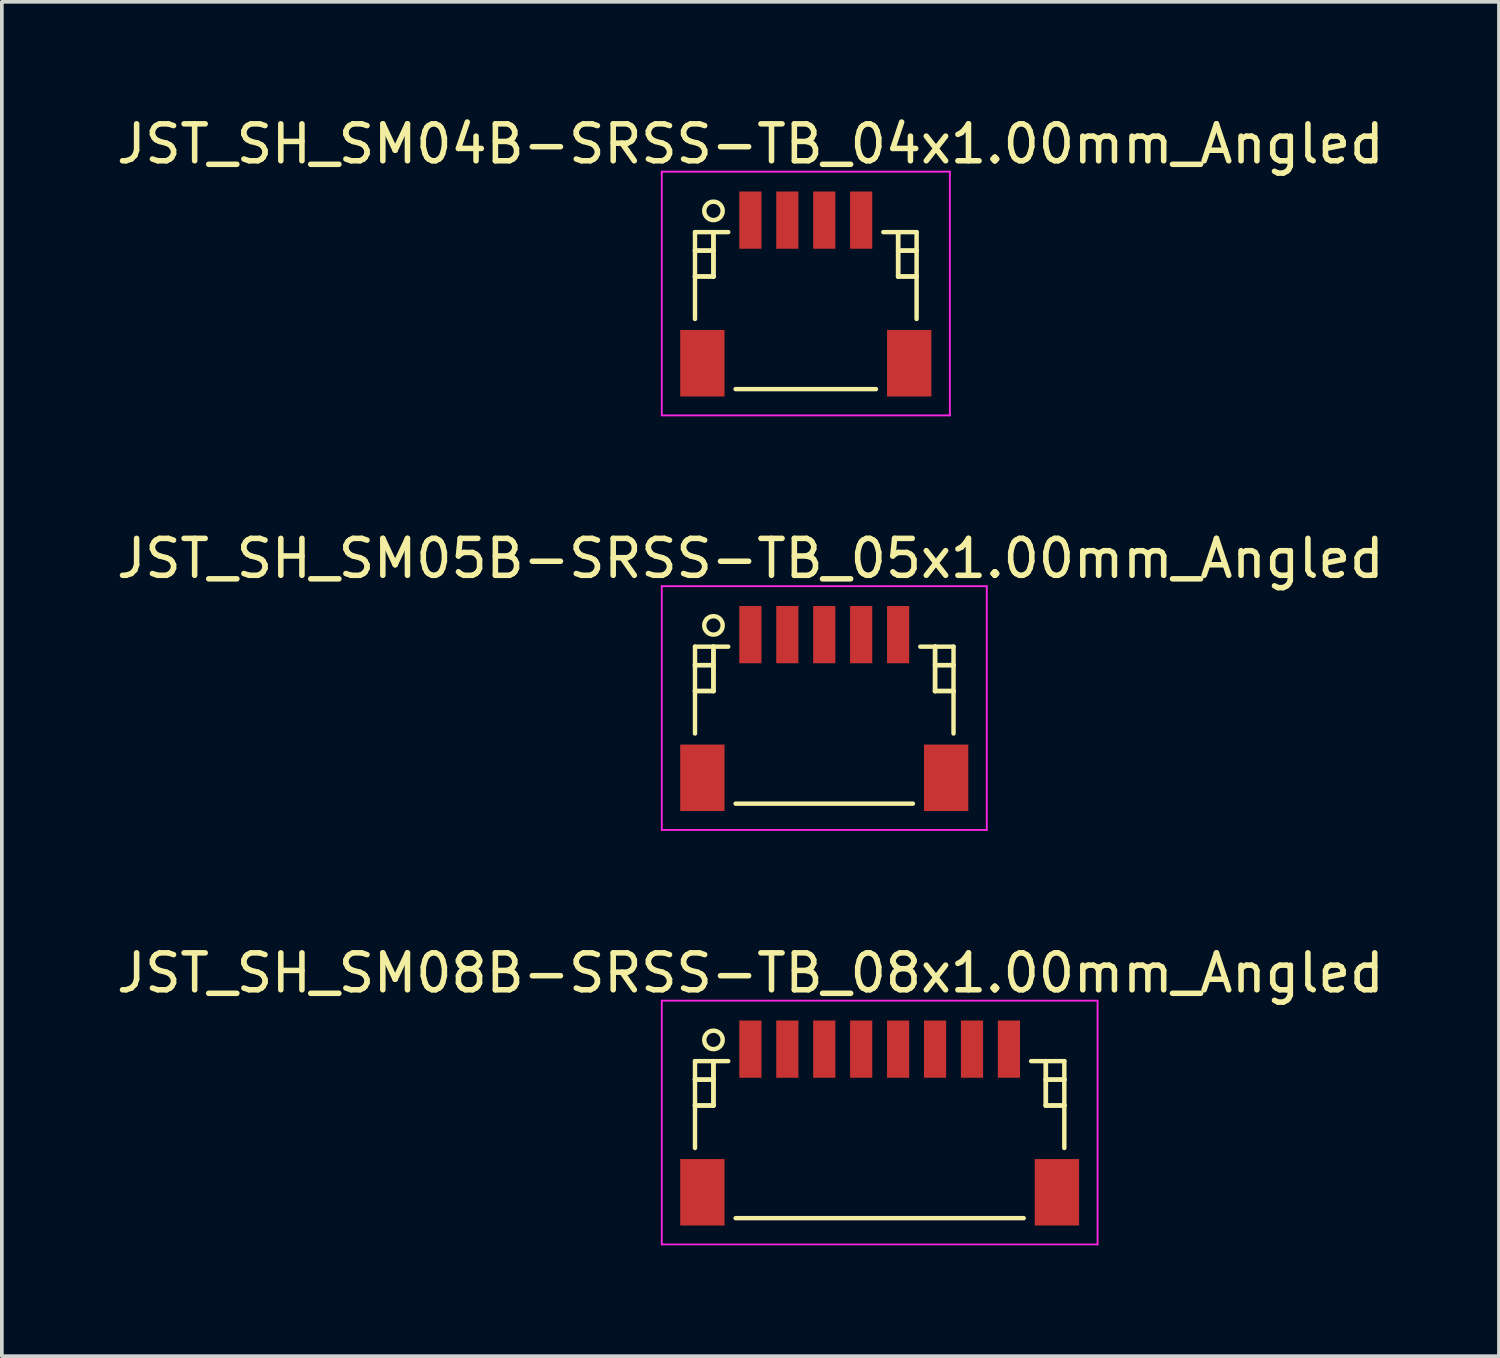
<source format=kicad_pcb>
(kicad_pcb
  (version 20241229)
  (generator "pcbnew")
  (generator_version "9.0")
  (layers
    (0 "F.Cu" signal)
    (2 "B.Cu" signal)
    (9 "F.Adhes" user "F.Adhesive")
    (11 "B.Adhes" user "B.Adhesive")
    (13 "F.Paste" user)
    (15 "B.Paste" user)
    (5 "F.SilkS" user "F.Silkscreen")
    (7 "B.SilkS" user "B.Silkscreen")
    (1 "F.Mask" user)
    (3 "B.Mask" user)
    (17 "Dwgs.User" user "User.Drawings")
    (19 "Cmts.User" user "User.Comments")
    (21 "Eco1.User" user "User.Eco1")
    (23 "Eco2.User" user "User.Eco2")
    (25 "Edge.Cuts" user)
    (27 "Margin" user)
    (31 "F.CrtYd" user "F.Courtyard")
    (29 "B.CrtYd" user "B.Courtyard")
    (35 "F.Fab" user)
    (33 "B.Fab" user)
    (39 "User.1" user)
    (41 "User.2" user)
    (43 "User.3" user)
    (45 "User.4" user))
  (footprint "JST_SH_SM05B-SRSS-TB_05x1.00mm_Angled"
    (layer "F.Cu")
    (at 19.268 16.072)
    (property "Reference" "JST_SH_SM05B-SRSS-TB_05x1.00mm_Angled" (at -2 -4 0) (layer "F.SilkS") (effects (font (size 1 1) (thickness 0.15))))
    (attr smd)
    (fp_line (start -3.5 -1.613) (end -2.6 -1.613) (stroke (width 0.12) (type solid)) (layer "F.SilkS"))
    (fp_line (start -3.5 -1.113) (end -3.5 -1.113) (stroke (width 0.12) (type solid)) (layer "F.SilkS"))
    (fp_line (start -3.5 -1.113) (end -3 -1.113) (stroke (width 0.12) (type solid)) (layer "F.SilkS"))
    (fp_line (start -3.5 -0.412) (end -3.5 -0.412) (stroke (width 0.12) (type solid)) (layer "F.SilkS"))
    (fp_line (start -3.5 -0.412) (end -3 -0.412) (stroke (width 0.12) (type solid)) (layer "F.SilkS"))
    (fp_line (start -3.5 0.738) (end -3.5 -1.613) (stroke (width 0.12) (type solid)) (layer "F.SilkS"))
    (fp_line (start -3 -1.613) (end -3 -1.613) (stroke (width 0.12) (type solid)) (layer "F.SilkS"))
    (fp_line (start -3 -1.613) (end -3 -0.412) (stroke (width 0.12) (type solid)) (layer "F.SilkS"))
    (fp_line (start -3 -1.113) (end -3.5 -1.113) (stroke (width 0.12) (type solid)) (layer "F.SilkS"))
    (fp_line (start -3 -1.113) (end -3 -1.113) (stroke (width 0.12) (type solid)) (layer "F.SilkS"))
    (fp_line (start -3 -0.412) (end -3.5 -0.412) (stroke (width 0.12) (type solid)) (layer "F.SilkS"))
    (fp_line (start -3 -0.412) (end -3 -1.613) (stroke (width 0.12) (type solid)) (layer "F.SilkS"))
    (fp_line (start -3 -0.412) (end -3 -0.412) (stroke (width 0.12) (type solid)) (layer "F.SilkS"))
    (fp_line (start -3 -0.412) (end -3 -0.412) (stroke (width 0.12) (type solid)) (layer "F.SilkS"))
    (fp_line (start -2.4 2.638) (end 2.4 2.638) (stroke (width 0.12) (type solid)) (layer "F.SilkS"))
    (fp_line (start 3 -1.613) (end 3 -1.613) (stroke (width 0.12) (type solid)) (layer "F.SilkS"))
    (fp_line (start 3 -1.613) (end 3 -0.412) (stroke (width 0.12) (type solid)) (layer "F.SilkS"))
    (fp_line (start 3 -1.113) (end 3 -1.113) (stroke (width 0.12) (type solid)) (layer "F.SilkS"))
    (fp_line (start 3 -1.113) (end 3.5 -1.113) (stroke (width 0.12) (type solid)) (layer "F.SilkS"))
    (fp_line (start 3 -0.412) (end 3 -1.613) (stroke (width 0.12) (type solid)) (layer "F.SilkS"))
    (fp_line (start 3 -0.412) (end 3 -0.412) (stroke (width 0.12) (type solid)) (layer "F.SilkS"))
    (fp_line (start 3 -0.412) (end 3 -0.412) (stroke (width 0.12) (type solid)) (layer "F.SilkS"))
    (fp_line (start 3 -0.412) (end 3.5 -0.412) (stroke (width 0.12) (type solid)) (layer "F.SilkS"))
    (fp_line (start 3.5 -1.613) (end 2.6 -1.613) (stroke (width 0.12) (type solid)) (layer "F.SilkS"))
    (fp_line (start 3.5 -1.113) (end 3 -1.113) (stroke (width 0.12) (type solid)) (layer "F.SilkS"))
    (fp_line (start 3.5 -1.113) (end 3.5 -1.113) (stroke (width 0.12) (type solid)) (layer "F.SilkS"))
    (fp_line (start 3.5 -0.412) (end 3 -0.412) (stroke (width 0.12) (type solid)) (layer "F.SilkS"))
    (fp_line (start 3.5 -0.412) (end 3.5 -0.412) (stroke (width 0.12) (type solid)) (layer "F.SilkS"))
    (fp_line (start 3.5 0.738) (end 3.5 -1.613) (stroke (width 0.12) (type solid)) (layer "F.SilkS"))
    (fp_circle (center -3 -2.188) (end -2.75 -2.188) (stroke (width 0.12) (type solid)) (fill no) (layer "F.SilkS"))
    (fp_line (start -4.4 -3.25) (end 4.4 -3.25) (stroke (width 0.05) (type solid)) (layer "F.CrtYd"))
    (fp_line (start -4.4 3.35) (end -4.4 -3.25) (stroke (width 0.05) (type solid)) (layer "F.CrtYd"))
    (fp_line (start 4.4 -3.25) (end 4.4 3.35) (stroke (width 0.05) (type solid)) (layer "F.CrtYd"))
    (fp_line (start 4.4 3.35) (end -4.4 3.35) (stroke (width 0.05) (type solid)) (layer "F.CrtYd"))
    (pad "" smd rect (at -3.3 1.938) (size 1.2 1.8) (layers "F.Cu" "F.Mask" "F.Paste"))
    (pad "" smd rect (at 3.3 1.938) (size 1.2 1.8) (layers "F.Cu" "F.Mask" "F.Paste"))
    (pad "1" smd rect (at -2 -1.938) (size 0.6 1.55) (layers "F.Cu" "F.Mask" "F.Paste"))
    (pad "2" smd rect (at -1 -1.938) (size 0.6 1.55) (layers "F.Cu" "F.Mask" "F.Paste"))
    (pad "3" smd rect (at 0 -1.938) (size 0.6 1.55) (layers "F.Cu" "F.Mask" "F.Paste"))
    (pad "4" smd rect (at 1 -1.938) (size 0.6 1.55) (layers "F.Cu" "F.Mask" "F.Paste"))
    (pad "5" smd rect (at 2 -1.938) (size 0.6 1.55) (layers "F.Cu" "F.Mask" "F.Paste")))
  (footprint "JST_SH_SM08B-SRSS-TB_08x1.00mm_Angled"
    (layer "F.Cu")
    (at 20.768 27.295)
    (property "Reference" "JST_SH_SM08B-SRSS-TB_08x1.00mm_Angled" (at -3.5 -4 0) (layer "F.SilkS") (effects (font (size 1 1) (thickness 0.15))))
    (attr smd)
    (fp_line (start -5 -1.613) (end -4.1 -1.613) (stroke (width 0.12) (type solid)) (layer "F.SilkS"))
    (fp_line (start -5 -1.113) (end -5 -1.113) (stroke (width 0.12) (type solid)) (layer "F.SilkS"))
    (fp_line (start -5 -1.113) (end -4.5 -1.113) (stroke (width 0.12) (type solid)) (layer "F.SilkS"))
    (fp_line (start -5 -0.412) (end -5 -0.412) (stroke (width 0.12) (type solid)) (layer "F.SilkS"))
    (fp_line (start -5 -0.412) (end -4.5 -0.412) (stroke (width 0.12) (type solid)) (layer "F.SilkS"))
    (fp_line (start -5 0.738) (end -5 -1.613) (stroke (width 0.12) (type solid)) (layer "F.SilkS"))
    (fp_line (start -4.5 -1.613) (end -4.5 -1.613) (stroke (width 0.12) (type solid)) (layer "F.SilkS"))
    (fp_line (start -4.5 -1.613) (end -4.5 -0.412) (stroke (width 0.12) (type solid)) (layer "F.SilkS"))
    (fp_line (start -4.5 -1.113) (end -5 -1.113) (stroke (width 0.12) (type solid)) (layer "F.SilkS"))
    (fp_line (start -4.5 -1.113) (end -4.5 -1.113) (stroke (width 0.12) (type solid)) (layer "F.SilkS"))
    (fp_line (start -4.5 -0.412) (end -5 -0.412) (stroke (width 0.12) (type solid)) (layer "F.SilkS"))
    (fp_line (start -4.5 -0.412) (end -4.5 -1.613) (stroke (width 0.12) (type solid)) (layer "F.SilkS"))
    (fp_line (start -4.5 -0.412) (end -4.5 -0.412) (stroke (width 0.12) (type solid)) (layer "F.SilkS"))
    (fp_line (start -4.5 -0.412) (end -4.5 -0.412) (stroke (width 0.12) (type solid)) (layer "F.SilkS"))
    (fp_line (start -3.9 2.638) (end 3.9 2.638) (stroke (width 0.12) (type solid)) (layer "F.SilkS"))
    (fp_line (start 4.5 -1.613) (end 4.5 -1.613) (stroke (width 0.12) (type solid)) (layer "F.SilkS"))
    (fp_line (start 4.5 -1.613) (end 4.5 -0.412) (stroke (width 0.12) (type solid)) (layer "F.SilkS"))
    (fp_line (start 4.5 -1.113) (end 4.5 -1.113) (stroke (width 0.12) (type solid)) (layer "F.SilkS"))
    (fp_line (start 4.5 -1.113) (end 5 -1.113) (stroke (width 0.12) (type solid)) (layer "F.SilkS"))
    (fp_line (start 4.5 -0.412) (end 4.5 -1.613) (stroke (width 0.12) (type solid)) (layer "F.SilkS"))
    (fp_line (start 4.5 -0.412) (end 4.5 -0.412) (stroke (width 0.12) (type solid)) (layer "F.SilkS"))
    (fp_line (start 4.5 -0.412) (end 4.5 -0.412) (stroke (width 0.12) (type solid)) (layer "F.SilkS"))
    (fp_line (start 4.5 -0.412) (end 5 -0.412) (stroke (width 0.12) (type solid)) (layer "F.SilkS"))
    (fp_line (start 5 -1.613) (end 4.1 -1.613) (stroke (width 0.12) (type solid)) (layer "F.SilkS"))
    (fp_line (start 5 -1.113) (end 4.5 -1.113) (stroke (width 0.12) (type solid)) (layer "F.SilkS"))
    (fp_line (start 5 -1.113) (end 5 -1.113) (stroke (width 0.12) (type solid)) (layer "F.SilkS"))
    (fp_line (start 5 -0.412) (end 4.5 -0.412) (stroke (width 0.12) (type solid)) (layer "F.SilkS"))
    (fp_line (start 5 -0.412) (end 5 -0.412) (stroke (width 0.12) (type solid)) (layer "F.SilkS"))
    (fp_line (start 5 0.738) (end 5 -1.613) (stroke (width 0.12) (type solid)) (layer "F.SilkS"))
    (fp_circle (center -4.5 -2.188) (end -4.25 -2.188) (stroke (width 0.12) (type solid)) (fill no) (layer "F.SilkS"))
    (fp_line (start -5.9 -3.25) (end 5.9 -3.25) (stroke (width 0.05) (type solid)) (layer "F.CrtYd"))
    (fp_line (start -5.9 3.35) (end -5.9 -3.25) (stroke (width 0.05) (type solid)) (layer "F.CrtYd"))
    (fp_line (start 5.9 -3.25) (end 5.9 3.35) (stroke (width 0.05) (type solid)) (layer "F.CrtYd"))
    (fp_line (start 5.9 3.35) (end -5.9 3.35) (stroke (width 0.05) (type solid)) (layer "F.CrtYd"))
    (pad "" smd rect (at -4.8 1.938) (size 1.2 1.8) (layers "F.Cu" "F.Mask" "F.Paste"))
    (pad "" smd rect (at 4.8 1.938) (size 1.2 1.8) (layers "F.Cu" "F.Mask" "F.Paste"))
    (pad "1" smd rect (at -3.5 -1.938) (size 0.6 1.55) (layers "F.Cu" "F.Mask" "F.Paste"))
    (pad "2" smd rect (at -2.5 -1.938) (size 0.6 1.55) (layers "F.Cu" "F.Mask" "F.Paste"))
    (pad "3" smd rect (at -1.5 -1.938) (size 0.6 1.55) (layers "F.Cu" "F.Mask" "F.Paste"))
    (pad "4" smd rect (at -0.5 -1.938) (size 0.6 1.55) (layers "F.Cu" "F.Mask" "F.Paste"))
    (pad "5" smd rect (at 0.5 -1.938) (size 0.6 1.55) (layers "F.Cu" "F.Mask" "F.Paste"))
    (pad "6" smd rect (at 1.5 -1.938) (size 0.6 1.55) (layers "F.Cu" "F.Mask" "F.Paste"))
    (pad "7" smd rect (at 2.5 -1.938) (size 0.6 1.55) (layers "F.Cu" "F.Mask" "F.Paste"))
    (pad "8" smd rect (at 3.5 -1.938) (size 0.6 1.55) (layers "F.Cu" "F.Mask" "F.Paste")))
  (footprint "JST_SH_SM04B-SRSS-TB_04x1.00mm_Angled"
    (layer "F.Cu")
    (at 18.768 4.848)
    (property "Reference" "JST_SH_SM04B-SRSS-TB_04x1.00mm_Angled" (at -1.5 -4 0) (layer "F.SilkS") (effects (font (size 1 1) (thickness 0.15))))
    (attr smd)
    (fp_line (start -3 -1.613) (end -2.1 -1.613) (stroke (width 0.12) (type solid)) (layer "F.SilkS"))
    (fp_line (start -3 -1.113) (end -3 -1.113) (stroke (width 0.12) (type solid)) (layer "F.SilkS"))
    (fp_line (start -3 -1.113) (end -2.5 -1.113) (stroke (width 0.12) (type solid)) (layer "F.SilkS"))
    (fp_line (start -3 -0.412) (end -3 -0.412) (stroke (width 0.12) (type solid)) (layer "F.SilkS"))
    (fp_line (start -3 -0.412) (end -2.5 -0.412) (stroke (width 0.12) (type solid)) (layer "F.SilkS"))
    (fp_line (start -3 0.738) (end -3 -1.613) (stroke (width 0.12) (type solid)) (layer "F.SilkS"))
    (fp_line (start -2.5 -1.613) (end -2.5 -1.613) (stroke (width 0.12) (type solid)) (layer "F.SilkS"))
    (fp_line (start -2.5 -1.613) (end -2.5 -0.412) (stroke (width 0.12) (type solid)) (layer "F.SilkS"))
    (fp_line (start -2.5 -1.113) (end -3 -1.113) (stroke (width 0.12) (type solid)) (layer "F.SilkS"))
    (fp_line (start -2.5 -1.113) (end -2.5 -1.113) (stroke (width 0.12) (type solid)) (layer "F.SilkS"))
    (fp_line (start -2.5 -0.412) (end -3 -0.412) (stroke (width 0.12) (type solid)) (layer "F.SilkS"))
    (fp_line (start -2.5 -0.412) (end -2.5 -1.613) (stroke (width 0.12) (type solid)) (layer "F.SilkS"))
    (fp_line (start -2.5 -0.412) (end -2.5 -0.412) (stroke (width 0.12) (type solid)) (layer "F.SilkS"))
    (fp_line (start -2.5 -0.412) (end -2.5 -0.412) (stroke (width 0.12) (type solid)) (layer "F.SilkS"))
    (fp_line (start -1.9 2.638) (end 1.9 2.638) (stroke (width 0.12) (type solid)) (layer "F.SilkS"))
    (fp_line (start 2.5 -1.613) (end 2.5 -1.613) (stroke (width 0.12) (type solid)) (layer "F.SilkS"))
    (fp_line (start 2.5 -1.613) (end 2.5 -0.412) (stroke (width 0.12) (type solid)) (layer "F.SilkS"))
    (fp_line (start 2.5 -1.113) (end 2.5 -1.113) (stroke (width 0.12) (type solid)) (layer "F.SilkS"))
    (fp_line (start 2.5 -1.113) (end 3 -1.113) (stroke (width 0.12) (type solid)) (layer "F.SilkS"))
    (fp_line (start 2.5 -0.412) (end 2.5 -1.613) (stroke (width 0.12) (type solid)) (layer "F.SilkS"))
    (fp_line (start 2.5 -0.412) (end 2.5 -0.412) (stroke (width 0.12) (type solid)) (layer "F.SilkS"))
    (fp_line (start 2.5 -0.412) (end 2.5 -0.412) (stroke (width 0.12) (type solid)) (layer "F.SilkS"))
    (fp_line (start 2.5 -0.412) (end 3 -0.412) (stroke (width 0.12) (type solid)) (layer "F.SilkS"))
    (fp_line (start 3 -1.613) (end 2.1 -1.613) (stroke (width 0.12) (type solid)) (layer "F.SilkS"))
    (fp_line (start 3 -1.113) (end 2.5 -1.113) (stroke (width 0.12) (type solid)) (layer "F.SilkS"))
    (fp_line (start 3 -1.113) (end 3 -1.113) (stroke (width 0.12) (type solid)) (layer "F.SilkS"))
    (fp_line (start 3 -0.412) (end 2.5 -0.412) (stroke (width 0.12) (type solid)) (layer "F.SilkS"))
    (fp_line (start 3 -0.412) (end 3 -0.412) (stroke (width 0.12) (type solid)) (layer "F.SilkS"))
    (fp_line (start 3 0.738) (end 3 -1.613) (stroke (width 0.12) (type solid)) (layer "F.SilkS"))
    (fp_circle (center -2.5 -2.188) (end -2.25 -2.188) (stroke (width 0.12) (type solid)) (fill no) (layer "F.SilkS"))
    (fp_line (start -3.9 -3.25) (end 3.9 -3.25) (stroke (width 0.05) (type solid)) (layer "F.CrtYd"))
    (fp_line (start -3.9 3.35) (end -3.9 -3.25) (stroke (width 0.05) (type solid)) (layer "F.CrtYd"))
    (fp_line (start 3.9 -3.25) (end 3.9 3.35) (stroke (width 0.05) (type solid)) (layer "F.CrtYd"))
    (fp_line (start 3.9 3.35) (end -3.9 3.35) (stroke (width 0.05) (type solid)) (layer "F.CrtYd"))
    (pad "" smd rect (at -2.8 1.938) (size 1.2 1.8) (layers "F.Cu" "F.Mask" "F.Paste"))
    (pad "" smd rect (at 2.8 1.938) (size 1.2 1.8) (layers "F.Cu" "F.Mask" "F.Paste"))
    (pad "1" smd rect (at -1.5 -1.938) (size 0.6 1.55) (layers "F.Cu" "F.Mask" "F.Paste"))
    (pad "2" smd rect (at -0.5 -1.938) (size 0.6 1.55) (layers "F.Cu" "F.Mask" "F.Paste"))
    (pad "3" smd rect (at 0.5 -1.938) (size 0.6 1.55) (layers "F.Cu" "F.Mask" "F.Paste"))
    (pad "4" smd rect (at 1.5 -1.938) (size 0.6 1.55) (layers "F.Cu" "F.Mask" "F.Paste")))
  (gr_rect
    (start -3 -3)
    (end 37.536 33.67)
    (stroke (width 0.1) (type default))
    (fill no)
    (layer "Edge.Cuts")))
</source>
